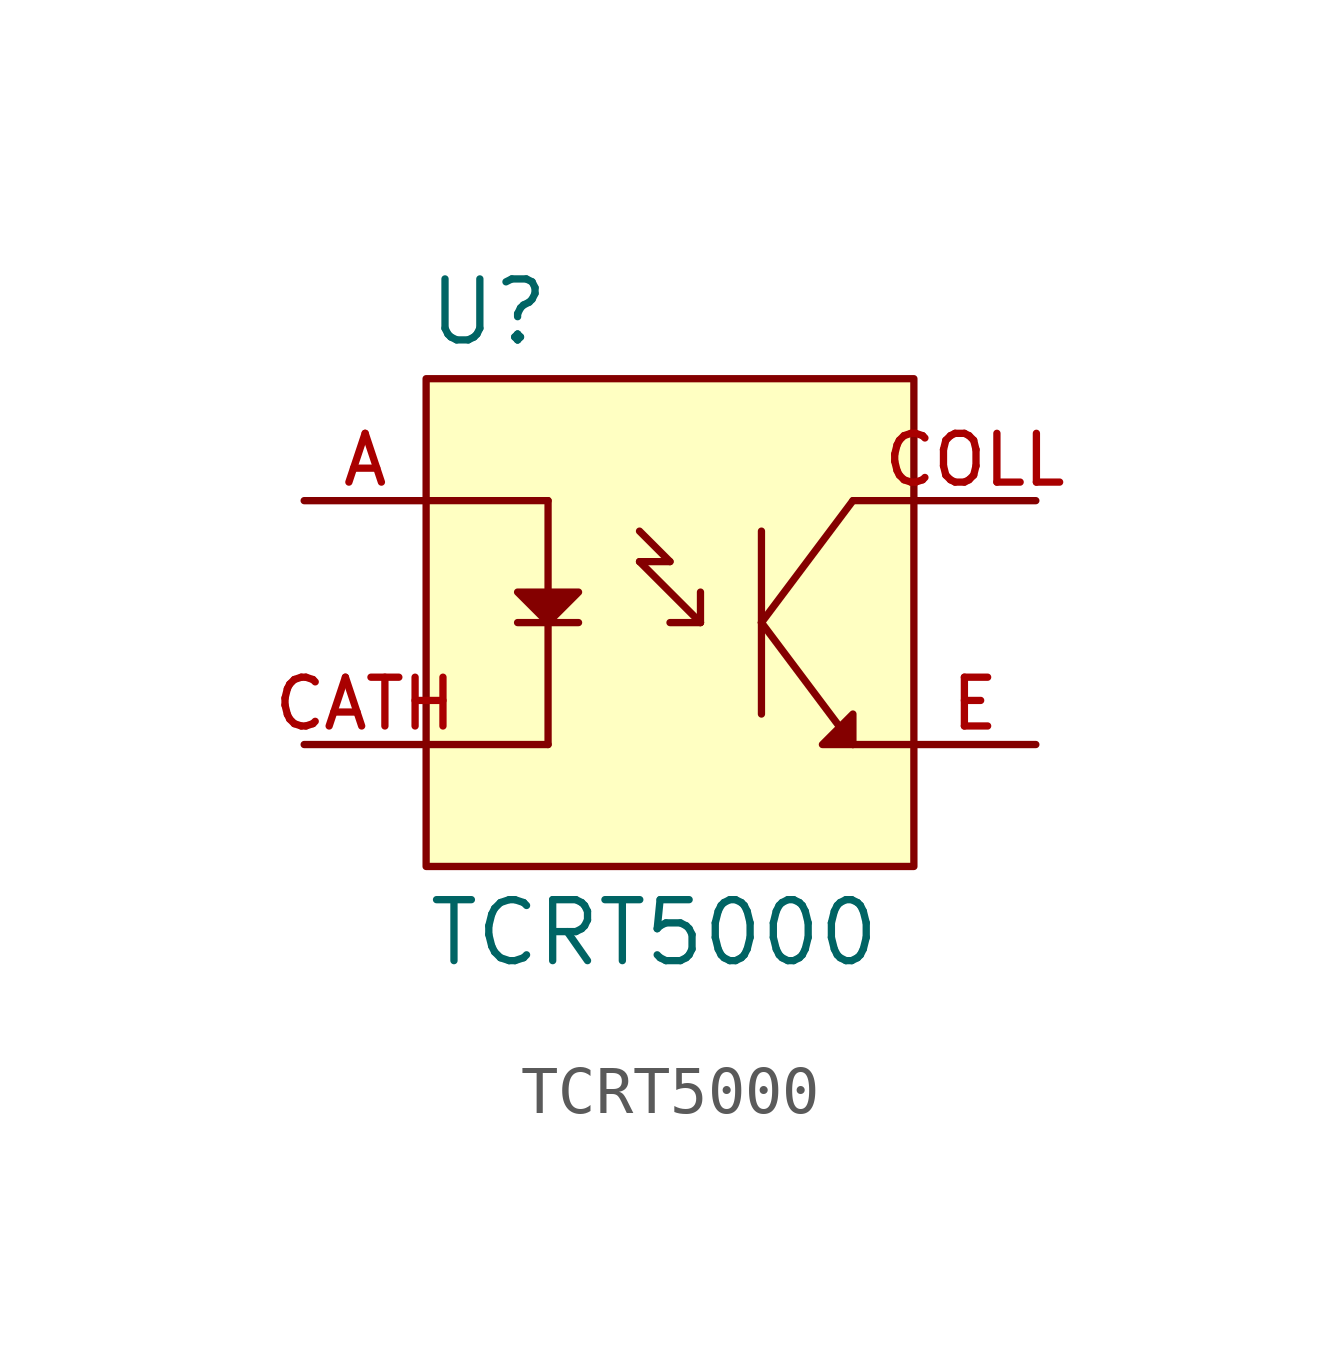
<source format=kicad_sym>
(kicad_symbol_lib
  (version 20220914)
  (generator kicad_symbol_editor)
  (symbol "TCRT5000"
    (pin_names
      (offset 1.016))
    (property "Reference" "U"
      (at -5.089 5.725 0)
      (effects (font (size 1.27 1.27)) (justify left bottom)))
    (property "Value" "TCRT5000"
      (at -5.084 -5.719 0)
      (effects (font (size 1.27 1.27)) (justify left top)))
    (symbol "TCRT5000_0_0"
      (rectangle (start -5.08 -5.08) (end 5.08 5.08) (stroke (width 0.152) (type default)) (fill (type background)))
      (polyline (pts (xy -5.08 2.54) (xy -2.54 2.54)) (stroke (width 0.152) (type default)) (fill (type none)))
      (polyline (pts (xy -3.175 0) (xy -1.905 0)) (stroke (width 0.152) (type default)) (fill (type none)))
      (polyline (pts (xy -2.54 -2.54) (xy -5.08 -2.54)) (stroke (width 0.152) (type default)) (fill (type none)))
      (polyline (pts (xy -2.54 2.54) (xy -2.54 -2.54)) (stroke (width 0.152) (type default)) (fill (type none)))
      (polyline (pts (xy -0.635 1.27) (xy 0.635 0)) (stroke (width 0.152) (type default)) (fill (type none)))
      (polyline (pts (xy -0.635 1.905) (xy 0 1.27)) (stroke (width 0.152) (type default)) (fill (type none)))
      (polyline (pts (xy 0 1.27) (xy -0.635 1.27)) (stroke (width 0.152) (type default)) (fill (type none)))
      (polyline (pts (xy 0.635 0) (xy 0 0)) (stroke (width 0.152) (type default)) (fill (type none)))
      (polyline (pts (xy 0.635 0.635) (xy 0.635 0)) (stroke (width 0.152) (type default)) (fill (type none)))
      (polyline (pts (xy 1.905 0) (xy 1.905 -1.905)) (stroke (width 0.152) (type default)) (fill (type none)))
      (polyline (pts (xy 1.905 0) (xy 3.81 -2.54)) (stroke (width 0.152) (type default)) (fill (type none)))
      (polyline (pts (xy 1.905 0) (xy 3.81 2.54)) (stroke (width 0.152) (type default)) (fill (type none)))
      (polyline (pts (xy 1.905 1.905) (xy 1.905 0)) (stroke (width 0.152) (type default)) (fill (type none)))
      (polyline (pts (xy 3.81 -2.54) (xy 5.08 -2.54)) (stroke (width 0.152) (type default)) (fill (type none)))
      (polyline (pts (xy 3.81 2.54) (xy 5.08 2.54)) (stroke (width 0.152) (type default)) (fill (type none)))
      (polyline (pts (xy -3.175 0.635) (xy -1.905 0.635) (xy -2.54 0) (xy -3.175 0.635)) (stroke (width 0.152) (type default)) (fill (type outline)))
      (polyline (pts (xy 3.175 -2.54) (xy 3.81 -2.54) (xy 3.81 -1.905) (xy 3.175 -2.54)) (stroke (width 0.152) (type default)) (fill (type outline)))
      (pin passive line (at -7.62 2.54 0) (length 2.54) (name "~" (effects (font (size 1.016 1.016)))) (number "A" (effects (font (size 1.016 1.016)))))
      (pin passive line (at -7.62 -2.54 0) (length 2.54) (name "~" (effects (font (size 1.016 1.016)))) (number "CATH" (effects (font (size 1.016 1.016)))))
      (pin passive line (at 7.62 2.54 180) (length 2.54) (name "~" (effects (font (size 1.016 1.016)))) (number "COLL" (effects (font (size 1.016 1.016)))))
      (pin passive line (at 7.62 -2.54 180) (length 2.54) (name "~" (effects (font (size 1.016 1.016)))) (number "E" (effects (font (size 1.016 1.016))))))))
</source>
